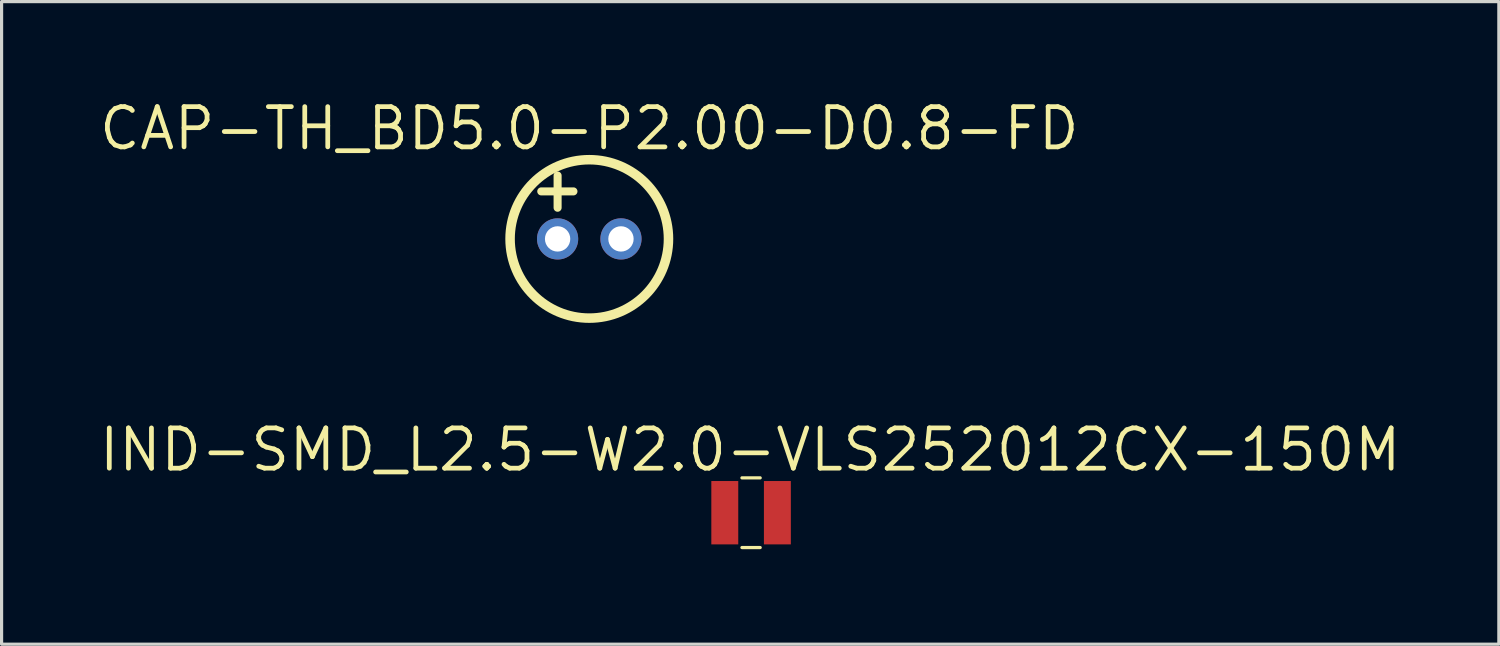
<source format=kicad_pcb>
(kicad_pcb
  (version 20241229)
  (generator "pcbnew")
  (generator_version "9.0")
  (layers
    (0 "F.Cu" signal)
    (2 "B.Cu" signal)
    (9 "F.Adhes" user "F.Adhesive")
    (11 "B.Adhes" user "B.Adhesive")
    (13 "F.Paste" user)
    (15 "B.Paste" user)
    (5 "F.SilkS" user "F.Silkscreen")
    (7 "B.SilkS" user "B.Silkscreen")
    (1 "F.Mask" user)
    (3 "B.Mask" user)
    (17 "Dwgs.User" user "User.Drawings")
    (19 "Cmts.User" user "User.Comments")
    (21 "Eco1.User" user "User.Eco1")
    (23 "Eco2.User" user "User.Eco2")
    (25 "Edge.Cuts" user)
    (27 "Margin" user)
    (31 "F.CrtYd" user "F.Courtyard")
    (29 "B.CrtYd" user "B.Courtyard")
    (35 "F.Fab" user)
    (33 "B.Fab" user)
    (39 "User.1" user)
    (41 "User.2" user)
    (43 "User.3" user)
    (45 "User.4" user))
  (footprint "CAP-TH_BD5.0-P2.00-D0.8-FD"
    (layer "F.Cu")
    (at 15.55 4.491)
    (property "Reference" "CAP-TH_BD5.0-P2.00-D0.8-FD" (at 0 -3.485 0) (layer "F.SilkS") (effects (font (size 1.27 1.27) (thickness 0.15))))
    (fp_line (start -1.516 -1.5) (end -0.5 -1.5) (stroke (width 0.254) (type default)) (layer "F.SilkS"))
    (fp_line (start -1 -2) (end -1 -0.984) (stroke (width 0.254) (type default)) (layer "F.SilkS"))
    (fp_circle (center 0 0) (end 2.5 0) (stroke (width 0.3) (type default)) (fill no) (layer "F.SilkS"))
    (fp_circle (center -1 0) (end -0.85 0) (stroke (width 0.3) (type default)) (fill no) (layer "User.4"))
    (fp_circle (center 1 0) (end 1.15 0) (stroke (width 0.3) (type default)) (fill no) (layer "User.4"))
    (fp_circle (center -2.5 2.5) (end -2.47 2.5) (stroke (width 0.06) (type default)) (fill no) (layer "User.5"))
    (pad "1" thru_hole oval (at -1 0) (size 1.3 1.3) (drill 0.8) (layers "*.Cu" "*.Mask"))
    (pad "2" thru_hole oval (at 1 0) (size 1.3 1.3) (drill 0.8) (layers "*.Cu" "*.Mask"))
    (zone (net_name "") (layer "F.SilkS") (hatch edge 0.5) (priority 100) (connect_pads yes) (min_thickness 0) (filled_areas_thickness no) (fill yes) (polygon (pts (arc (start 17.343667 2.8403) (mid 18.049653 4.4913) (end 17.343667 6.1423)))) (filled_polygon (layer "F.SilkS") (island) (pts (arc (start 17.343667 2.8403) (mid 18.049653 4.4913) (end 17.343667 6.1423)))))
    (zone (net_name "") (layer "Dwgs.User") (hatch edge 0.5) (priority 100) (connect_pads yes) (min_thickness 0) (filled_areas_thickness no) (fill yes) (polygon (pts (xy 13.581 3.285) (xy 14.47 3.285) (xy 14.47 3.412) (xy 13.581 3.412))) (filled_polygon (layer "Dwgs.User") (island) (pts (xy 13.581 3.285) (xy 14.47 3.285) (xy 14.47 3.412) (xy 13.581 3.412))))
    (zone (net_name "") (layer "Dwgs.User") (hatch edge 0.5) (priority 100) (connect_pads yes) (min_thickness 0) (filled_areas_thickness no) (fill yes) (polygon (pts (xy 13.962 3.793) (xy 13.962 2.904) (xy 14.089 2.904) (xy 14.089 3.793))) (filled_polygon (layer "Dwgs.User") (island) (pts (xy 13.962 3.793) (xy 13.962 2.904) (xy 14.089 2.904) (xy 14.089 3.793))))
    (zone (net_name "") (layer "Dwgs.User") (hatch edge 0.5) (priority 100) (connect_pads yes) (min_thickness 0) (filled_areas_thickness no) (fill yes) (polygon (pts (xy 16.566 3.348) (xy 17.455 3.348) (xy 17.455 3.475) (xy 16.566 3.475))) (filled_polygon (layer "Dwgs.User") (island) (pts (xy 16.566 3.348) (xy 17.455 3.348) (xy 17.455 3.475) (xy 16.566 3.475))))
    (zone (net_name "") (layer "User.3") (hatch edge 0.5) (priority 100) (connect_pads yes) (min_thickness 0) (filled_areas_thickness no) (fill yes) (polygon (pts (arc (start 15.549667 6.9913) (mid 13.7819 6.259067) (end 13.049667 4.4913)) (arc (start 13.049667 4.4913) (mid 13.7819 2.723533) (end 15.549667 1.9913)) (arc (start 15.549667 1.9913) (mid 17.317434 2.723533) (end 18.049667 4.4913)) (arc (start 18.049667 4.4913) (mid 17.317434 6.259067) (end 15.549667 6.9913)))) (filled_polygon (layer "User.3") (island) (pts (arc (start 15.549667 6.9913) (mid 13.7819 6.259067) (end 13.049667 4.4913)) (arc (start 13.049667 4.4913) (mid 13.7819 2.723533) (end 15.549667 1.9913)) (arc (start 15.549667 1.9913) (mid 17.317434 2.723533) (end 18.049667 4.4913)) (arc (start 18.049667 4.4913) (mid 17.317434 6.259067) (end 15.549667 6.9913))))))
  (footprint "IND-SMD_L2.5-W2.0-VLS252012CX-150M"
    (layer "F.Cu")
    (at 20.657 13.133)
    (property "Reference" "IND-SMD_L2.5-W2.0-VLS252012CX-150M" (at -0.028 -1.986 0) (layer "F.SilkS") (effects (font (size 1.27 1.27) (thickness 0.15))))
    (fp_line (start -0.288 -1.1) (end 0.287 -1.1) (stroke (width 0.102) (type default)) (layer "F.SilkS"))
    (fp_line (start 0.287 1.1) (end -0.288 1.1) (stroke (width 0.102) (type default)) (layer "F.SilkS"))
    (fp_circle (center -1.25 1) (end -1.22 1) (stroke (width 0.06) (type default)) (fill no) (layer "User.5"))
    (pad "1" smd rect (at -0.83 0) (size 0.85 2) (layers "F.Cu" "F.Mask" "F.Paste"))
    (pad "2" smd rect (at 0.83 0) (size 0.85 2) (layers "F.Cu" "F.Mask" "F.Paste"))
    (zone (net_name "") (layer "User.3") (hatch edge 0.5) (priority 100) (connect_pads yes) (min_thickness 0) (filled_areas_thickness no) (fill yes) (polygon (pts (xy 19.407 14.133) (xy 19.407 12.133) (xy 21.907 12.133) (xy 21.907 14.133))) (filled_polygon (layer "User.3") (island) (pts (xy 19.407 14.133) (xy 19.407 12.133) (xy 21.907 12.133) (xy 21.907 14.133))))
    (zone (net_name "") (layer "User.4") (hatch edge 0.5) (priority 100) (connect_pads yes) (min_thickness 0) (filled_areas_thickness no) (fill yes) (polygon (pts (xy 19.427 12.133) (xy 20.227 12.133) (xy 20.227 14.133) (xy 19.427 14.133))) (filled_polygon (layer "User.4") (island) (pts (xy 19.427 12.133) (xy 20.227 12.133) (xy 20.227 14.133) (xy 19.427 14.133))))
    (zone (net_name "") (layer "User.4") (hatch edge 0.5) (priority 100) (connect_pads yes) (min_thickness 0) (filled_areas_thickness no) (fill yes) (polygon (pts (xy 21.087 12.133) (xy 21.887 12.133) (xy 21.887 14.133) (xy 21.087 14.133))) (filled_polygon (layer "User.4") (island) (pts (xy 21.087 12.133) (xy 21.887 12.133) (xy 21.887 14.133) (xy 21.087 14.133)))))
  (gr_rect
    (start -3 -3)
    (end 44.259 17.284)
    (stroke (width 0.1) (type default))
    (fill no)
    (layer "Edge.Cuts")))
</source>
